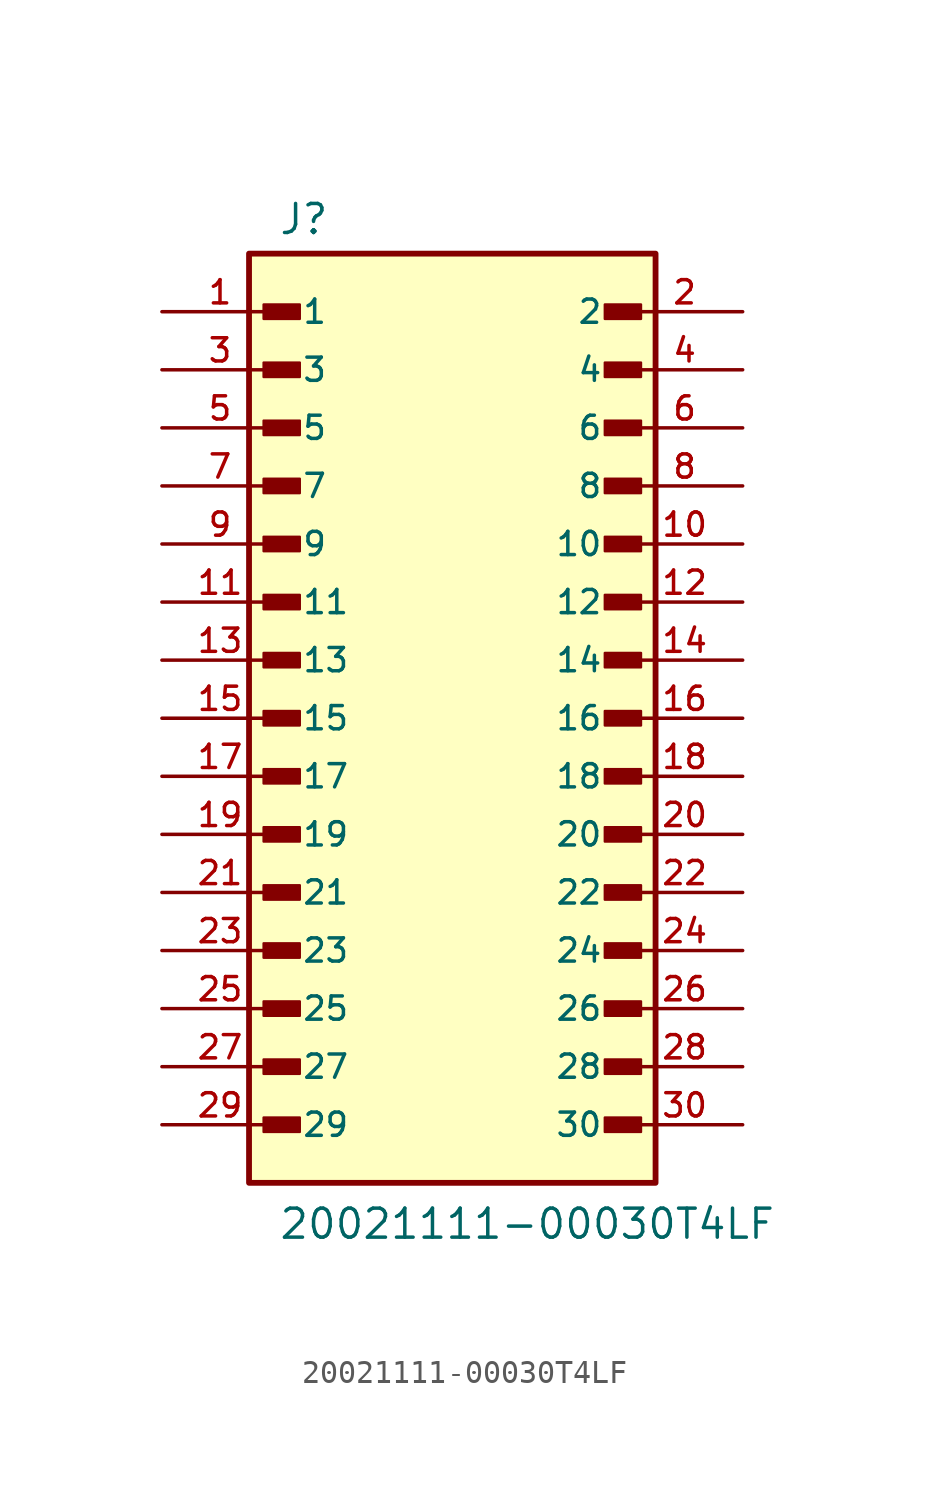
<source format=kicad_sym>
(kicad_symbol_lib
  (version 20211014)
  (generator kicad_symbol_editor)
  (symbol "20021111-00030T4LF"
    (pin_names
      (offset 1.016))
    (property "Reference" "J"
      (at -7.62 21.082 0)
      (effects (font (size 1.27 1.27)) (justify bottom left)))
    (property "Value" "20021111-00030T4LF"
      (at -7.62 -22.86 0)
      (effects (font (size 1.27 1.27)) (justify bottom left)))
    (symbol "20021111-00030T4LF_0_0"
      (rectangle (start -8.255 17.462) (end -6.668 18.098) (stroke (width 0.1)) (fill (type outline)))
      (rectangle (start -8.255 14.922) (end -6.668 15.557) (stroke (width 0.1)) (fill (type outline)))
      (rectangle (start -8.255 12.383) (end -6.668 13.018) (stroke (width 0.1)) (fill (type outline)))
      (rectangle (start -8.255 9.842) (end -6.668 10.477) (stroke (width 0.1)) (fill (type outline)))
      (rectangle (start -8.255 7.303) (end -6.668 7.938) (stroke (width 0.1)) (fill (type outline)))
      (rectangle (start 6.668 7.303) (end 8.255 7.938) (stroke (width 0.1)) (fill (type outline)))
      (rectangle (start 6.668 9.842) (end 8.255 10.477) (stroke (width 0.1)) (fill (type outline)))
      (rectangle (start 6.668 12.383) (end 8.255 13.018) (stroke (width 0.1)) (fill (type outline)))
      (rectangle (start 6.668 14.922) (end 8.255 15.557) (stroke (width 0.1)) (fill (type outline)))
      (rectangle (start 6.668 17.462) (end 8.255 18.098) (stroke (width 0.1)) (fill (type outline)))
      (rectangle (start -8.255 4.763) (end -6.668 5.397) (stroke (width 0.1)) (fill (type outline)))
      (rectangle (start -8.255 2.223) (end -6.668 2.857) (stroke (width 0.1)) (fill (type outline)))
      (rectangle (start -8.255 -0.318) (end -6.668 0.318) (stroke (width 0.1)) (fill (type outline)))
      (rectangle (start -8.255 -2.857) (end -6.668 -2.223) (stroke (width 0.1)) (fill (type outline)))
      (rectangle (start -8.255 -5.397) (end -6.668 -4.763) (stroke (width 0.1)) (fill (type outline)))
      (rectangle (start 6.668 -5.397) (end 8.255 -4.763) (stroke (width 0.1)) (fill (type outline)))
      (rectangle (start 6.668 -2.857) (end 8.255 -2.223) (stroke (width 0.1)) (fill (type outline)))
      (rectangle (start 6.668 -0.318) (end 8.255 0.318) (stroke (width 0.1)) (fill (type outline)))
      (rectangle (start 6.668 2.223) (end 8.255 2.857) (stroke (width 0.1)) (fill (type outline)))
      (rectangle (start 6.668 4.763) (end 8.255 5.397) (stroke (width 0.1)) (fill (type outline)))
      (rectangle (start -8.255 -7.938) (end -6.668 -7.303) (stroke (width 0.1)) (fill (type outline)))
      (rectangle (start -8.255 -10.477) (end -6.668 -9.842) (stroke (width 0.1)) (fill (type outline)))
      (rectangle (start -8.255 -13.018) (end -6.668 -12.383) (stroke (width 0.1)) (fill (type outline)))
      (rectangle (start -8.255 -15.557) (end -6.668 -14.922) (stroke (width 0.1)) (fill (type outline)))
      (rectangle (start -8.255 -18.098) (end -6.668 -17.462) (stroke (width 0.1)) (fill (type outline)))
      (rectangle (start 6.668 -18.098) (end 8.255 -17.462) (stroke (width 0.1)) (fill (type outline)))
      (rectangle (start 6.668 -15.557) (end 8.255 -14.922) (stroke (width 0.1)) (fill (type outline)))
      (rectangle (start 6.668 -13.018) (end 8.255 -12.383) (stroke (width 0.1)) (fill (type outline)))
      (rectangle (start 6.668 -10.477) (end 8.255 -9.842) (stroke (width 0.1)) (fill (type outline)))
      (rectangle (start 6.668 -7.938) (end 8.255 -7.303) (stroke (width 0.1)) (fill (type outline)))
      (rectangle (start -8.89 -20.32) (end 8.89 20.32) (stroke (width 0.254)) (fill (type background)))
      (pin passive line (at -12.7 17.78 0) (length 5.08) (name "1" (effects (font (size 1.016 1.016)))) (number "1" (effects (font (size 1.016 1.016)))))
      (pin passive line (at 12.7 17.78 180.0) (length 5.08) (name "2" (effects (font (size 1.016 1.016)))) (number "2" (effects (font (size 1.016 1.016)))))
      (pin passive line (at -12.7 15.24 0) (length 5.08) (name "3" (effects (font (size 1.016 1.016)))) (number "3" (effects (font (size 1.016 1.016)))))
      (pin passive line (at 12.7 15.24 180.0) (length 5.08) (name "4" (effects (font (size 1.016 1.016)))) (number "4" (effects (font (size 1.016 1.016)))))
      (pin passive line (at -12.7 12.7 0) (length 5.08) (name "5" (effects (font (size 1.016 1.016)))) (number "5" (effects (font (size 1.016 1.016)))))
      (pin passive line (at 12.7 12.7 180.0) (length 5.08) (name "6" (effects (font (size 1.016 1.016)))) (number "6" (effects (font (size 1.016 1.016)))))
      (pin passive line (at -12.7 10.16 0) (length 5.08) (name "7" (effects (font (size 1.016 1.016)))) (number "7" (effects (font (size 1.016 1.016)))))
      (pin passive line (at 12.7 10.16 180.0) (length 5.08) (name "8" (effects (font (size 1.016 1.016)))) (number "8" (effects (font (size 1.016 1.016)))))
      (pin passive line (at -12.7 7.62 0) (length 5.08) (name "9" (effects (font (size 1.016 1.016)))) (number "9" (effects (font (size 1.016 1.016)))))
      (pin passive line (at 12.7 7.62 180.0) (length 5.08) (name "10" (effects (font (size 1.016 1.016)))) (number "10" (effects (font (size 1.016 1.016)))))
      (pin passive line (at -12.7 5.08 0) (length 5.08) (name "11" (effects (font (size 1.016 1.016)))) (number "11" (effects (font (size 1.016 1.016)))))
      (pin passive line (at 12.7 5.08 180.0) (length 5.08) (name "12" (effects (font (size 1.016 1.016)))) (number "12" (effects (font (size 1.016 1.016)))))
      (pin passive line (at -12.7 2.54 0) (length 5.08) (name "13" (effects (font (size 1.016 1.016)))) (number "13" (effects (font (size 1.016 1.016)))))
      (pin passive line (at 12.7 2.54 180.0) (length 5.08) (name "14" (effects (font (size 1.016 1.016)))) (number "14" (effects (font (size 1.016 1.016)))))
      (pin passive line (at -12.7 0.0 0) (length 5.08) (name "15" (effects (font (size 1.016 1.016)))) (number "15" (effects (font (size 1.016 1.016)))))
      (pin passive line (at 12.7 0.0 180.0) (length 5.08) (name "16" (effects (font (size 1.016 1.016)))) (number "16" (effects (font (size 1.016 1.016)))))
      (pin passive line (at -12.7 -2.54 0) (length 5.08) (name "17" (effects (font (size 1.016 1.016)))) (number "17" (effects (font (size 1.016 1.016)))))
      (pin passive line (at 12.7 -2.54 180.0) (length 5.08) (name "18" (effects (font (size 1.016 1.016)))) (number "18" (effects (font (size 1.016 1.016)))))
      (pin passive line (at -12.7 -5.08 0) (length 5.08) (name "19" (effects (font (size 1.016 1.016)))) (number "19" (effects (font (size 1.016 1.016)))))
      (pin passive line (at 12.7 -5.08 180.0) (length 5.08) (name "20" (effects (font (size 1.016 1.016)))) (number "20" (effects (font (size 1.016 1.016)))))
      (pin passive line (at -12.7 -7.62 0) (length 5.08) (name "21" (effects (font (size 1.016 1.016)))) (number "21" (effects (font (size 1.016 1.016)))))
      (pin passive line (at 12.7 -7.62 180.0) (length 5.08) (name "22" (effects (font (size 1.016 1.016)))) (number "22" (effects (font (size 1.016 1.016)))))
      (pin passive line (at -12.7 -10.16 0) (length 5.08) (name "23" (effects (font (size 1.016 1.016)))) (number "23" (effects (font (size 1.016 1.016)))))
      (pin passive line (at 12.7 -10.16 180.0) (length 5.08) (name "24" (effects (font (size 1.016 1.016)))) (number "24" (effects (font (size 1.016 1.016)))))
      (pin passive line (at -12.7 -12.7 0) (length 5.08) (name "25" (effects (font (size 1.016 1.016)))) (number "25" (effects (font (size 1.016 1.016)))))
      (pin passive line (at 12.7 -12.7 180.0) (length 5.08) (name "26" (effects (font (size 1.016 1.016)))) (number "26" (effects (font (size 1.016 1.016)))))
      (pin passive line (at -12.7 -15.24 0) (length 5.08) (name "27" (effects (font (size 1.016 1.016)))) (number "27" (effects (font (size 1.016 1.016)))))
      (pin passive line (at 12.7 -15.24 180.0) (length 5.08) (name "28" (effects (font (size 1.016 1.016)))) (number "28" (effects (font (size 1.016 1.016)))))
      (pin passive line (at -12.7 -17.78 0) (length 5.08) (name "29" (effects (font (size 1.016 1.016)))) (number "29" (effects (font (size 1.016 1.016)))))
      (pin passive line (at 12.7 -17.78 180.0) (length 5.08) (name "30" (effects (font (size 1.016 1.016)))) (number "30" (effects (font (size 1.016 1.016))))))))
</source>
